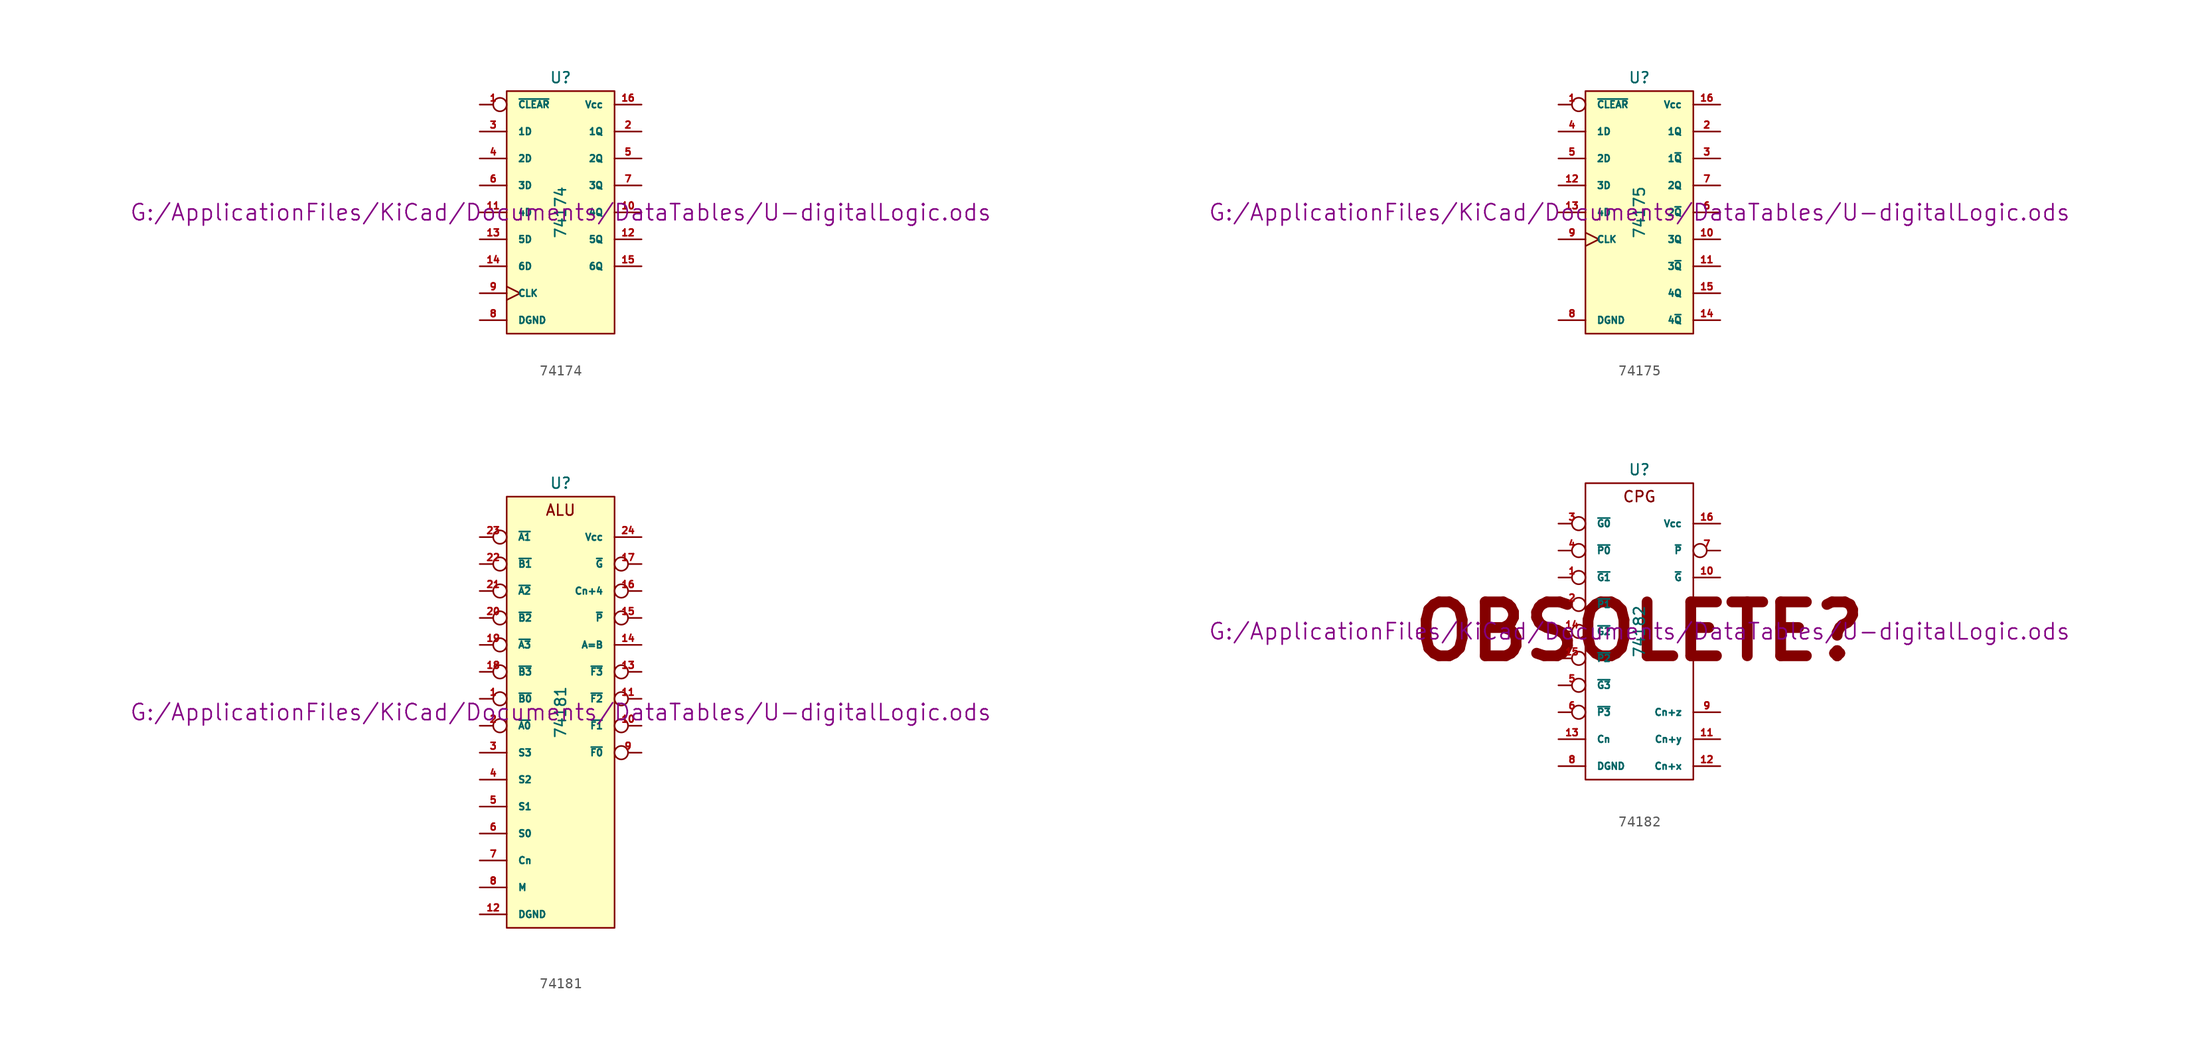
<source format=kicad_sym>
(kicad_symbol_lib
  (version 20211014)
  (generator kicad_symbol_editor)
  (symbol "74174"
    (pin_names
      (offset 1.016))
    (property "Reference" "U"
      (at 0 12.7 0)
      (effects (font (size 1.016 1.016))))
    (property "Value" "74174"
      (at 0 0 90)
      (effects (font (size 1.016 1.016))))
    (property "Footprint" ""
      (at 0 0 0)
      (effects (font (size 1.524 1.524))))
    (property "Datasheet" "G:/ApplicationFiles/KiCad/Documents/DataTables/U-digitalLogic.ods"
      (at 0 0 0)
      (effects (font (size 1.524 1.524))))
    (symbol "74174_0_1"
      (rectangle (start -5.08 11.43) (end 5.08 -11.43) (stroke (width 0) (type default) (color 0 0 0 0)) (fill (type background))))
    (symbol "74174_1_1"
      (pin input inverted (at -7.62 10.16 0) (length 2.54) (name "~{CLEAR}" (effects (font (size 0.635 0.635)))) (number "1" (effects (font (size 0.635 0.635)))))
      (pin output line (at 7.62 0 180) (length 2.54) (name "4Q" (effects (font (size 0.635 0.635)))) (number "10" (effects (font (size 0.635 0.635)))))
      (pin input line (at -7.62 0 0) (length 2.54) (name "4D" (effects (font (size 0.635 0.635)))) (number "11" (effects (font (size 0.635 0.635)))))
      (pin output line (at 7.62 -2.54 180) (length 2.54) (name "5Q" (effects (font (size 0.635 0.635)))) (number "12" (effects (font (size 0.635 0.635)))))
      (pin input line (at -7.62 -2.54 0) (length 2.54) (name "5D" (effects (font (size 0.635 0.635)))) (number "13" (effects (font (size 0.635 0.635)))))
      (pin input line (at -7.62 -5.08 0) (length 2.54) (name "6D" (effects (font (size 0.635 0.635)))) (number "14" (effects (font (size 0.635 0.635)))))
      (pin output line (at 7.62 -5.08 180) (length 2.54) (name "6Q" (effects (font (size 0.635 0.635)))) (number "15" (effects (font (size 0.635 0.635)))))
      (pin power_in line (at 7.62 10.16 180) (length 2.54) (name "Vcc" (effects (font (size 0.635 0.635)))) (number "16" (effects (font (size 0.635 0.635)))))
      (pin output line (at 7.62 7.62 180) (length 2.54) (name "1Q" (effects (font (size 0.635 0.635)))) (number "2" (effects (font (size 0.635 0.635)))))
      (pin input line (at -7.62 7.62 0) (length 2.54) (name "1D" (effects (font (size 0.635 0.635)))) (number "3" (effects (font (size 0.635 0.635)))))
      (pin input line (at -7.62 5.08 0) (length 2.54) (name "2D" (effects (font (size 0.635 0.635)))) (number "4" (effects (font (size 0.635 0.635)))))
      (pin output line (at 7.62 5.08 180) (length 2.54) (name "2Q" (effects (font (size 0.635 0.635)))) (number "5" (effects (font (size 0.635 0.635)))))
      (pin input line (at -7.62 2.54 0) (length 2.54) (name "3D" (effects (font (size 0.635 0.635)))) (number "6" (effects (font (size 0.635 0.635)))))
      (pin output line (at 7.62 2.54 180) (length 2.54) (name "3Q" (effects (font (size 0.635 0.635)))) (number "7" (effects (font (size 0.635 0.635)))))
      (pin power_in line (at -7.62 -10.16 0) (length 2.54) (name "DGND" (effects (font (size 0.635 0.635)))) (number "8" (effects (font (size 0.635 0.635)))))
      (pin input clock (at -7.62 -7.62 0) (length 2.54) (name "CLK" (effects (font (size 0.635 0.635)))) (number "9" (effects (font (size 0.635 0.635)))))))
  (symbol "74175"
    (pin_names
      (offset 1.016))
    (property "Reference" "U"
      (at 0 12.7 0)
      (effects (font (size 1.016 1.016))))
    (property "Value" "74175"
      (at 0 0 90)
      (effects (font (size 1.016 1.016))))
    (property "Footprint" ""
      (at 0 0 0)
      (effects (font (size 1.524 1.524))))
    (property "Datasheet" "G:/ApplicationFiles/KiCad/Documents/DataTables/U-digitalLogic.ods"
      (at 0 0 0)
      (effects (font (size 1.524 1.524))))
    (symbol "74175_0_1"
      (rectangle (start -5.08 11.43) (end 5.08 -11.43) (stroke (width 0) (type default) (color 0 0 0 0)) (fill (type background))))
    (symbol "74175_1_1"
      (pin input inverted (at -7.62 10.16 0) (length 2.54) (name "~{CLEAR}" (effects (font (size 0.635 0.635)))) (number "1" (effects (font (size 0.635 0.635)))))
      (pin output line (at 7.62 -2.54 180) (length 2.54) (name "3Q" (effects (font (size 0.635 0.635)))) (number "10" (effects (font (size 0.635 0.635)))))
      (pin output line (at 7.62 -5.08 180) (length 2.54) (name "3~{Q}" (effects (font (size 0.635 0.635)))) (number "11" (effects (font (size 0.635 0.635)))))
      (pin input line (at -7.62 2.54 0) (length 2.54) (name "3D" (effects (font (size 0.635 0.635)))) (number "12" (effects (font (size 0.635 0.635)))))
      (pin input line (at -7.62 0 0) (length 2.54) (name "4D" (effects (font (size 0.635 0.635)))) (number "13" (effects (font (size 0.635 0.635)))))
      (pin output line (at 7.62 -10.16 180) (length 2.54) (name "4~{Q}" (effects (font (size 0.635 0.635)))) (number "14" (effects (font (size 0.635 0.635)))))
      (pin output line (at 7.62 -7.62 180) (length 2.54) (name "4Q" (effects (font (size 0.635 0.635)))) (number "15" (effects (font (size 0.635 0.635)))))
      (pin power_in line (at 7.62 10.16 180) (length 2.54) (name "Vcc" (effects (font (size 0.635 0.635)))) (number "16" (effects (font (size 0.635 0.635)))))
      (pin output line (at 7.62 7.62 180) (length 2.54) (name "1Q" (effects (font (size 0.635 0.635)))) (number "2" (effects (font (size 0.635 0.635)))))
      (pin output line (at 7.62 5.08 180) (length 2.54) (name "1~{Q}" (effects (font (size 0.635 0.635)))) (number "3" (effects (font (size 0.635 0.635)))))
      (pin input line (at -7.62 7.62 0) (length 2.54) (name "1D" (effects (font (size 0.635 0.635)))) (number "4" (effects (font (size 0.635 0.635)))))
      (pin input line (at -7.62 5.08 0) (length 2.54) (name "2D" (effects (font (size 0.635 0.635)))) (number "5" (effects (font (size 0.635 0.635)))))
      (pin output line (at 7.62 0 180) (length 2.54) (name "2~{Q}" (effects (font (size 0.635 0.635)))) (number "6" (effects (font (size 0.635 0.635)))))
      (pin output line (at 7.62 2.54 180) (length 2.54) (name "2Q" (effects (font (size 0.635 0.635)))) (number "7" (effects (font (size 0.635 0.635)))))
      (pin power_in line (at -7.62 -10.16 0) (length 2.54) (name "DGND" (effects (font (size 0.635 0.635)))) (number "8" (effects (font (size 0.635 0.635)))))
      (pin input clock (at -7.62 -2.54 0) (length 2.54) (name "CLK" (effects (font (size 0.635 0.635)))) (number "9" (effects (font (size 0.635 0.635)))))))
  (symbol "74181"
    (pin_names
      (offset 1.016))
    (property "Reference" "U"
      (at 0 21.59 0)
      (effects (font (size 1.016 1.016))))
    (property "Value" "74181"
      (at 0 0 90)
      (effects (font (size 1.016 1.016))))
    (property "Footprint" ""
      (at 0 0 0)
      (effects (font (size 1.524 1.524))))
    (property "Datasheet" "G:/ApplicationFiles/KiCad/Documents/DataTables/U-digitalLogic.ods"
      (at 0 0 0)
      (effects (font (size 1.524 1.524))))
    (symbol "74181_0_0"
      (text "ALU" (at 0 19.05 0) (effects (font (size 1.016 1.016)))))
    (symbol "74181_0_1"
      (rectangle (start -5.08 20.32) (end 5.08 -20.32) (stroke (width 0) (type default) (color 0 0 0 0)) (fill (type background))))
    (symbol "74181_1_1"
      (pin input inverted (at -7.62 1.27 0) (length 2.54) (name "~{B0}" (effects (font (size 0.635 0.635)))) (number "1" (effects (font (size 0.635 0.635)))))
      (pin output inverted (at 7.62 -1.27 180) (length 2.54) (name "~{F1}" (effects (font (size 0.635 0.635)))) (number "10" (effects (font (size 0.635 0.635)))))
      (pin output inverted (at 7.62 1.27 180) (length 2.54) (name "~{F2}" (effects (font (size 0.635 0.635)))) (number "11" (effects (font (size 0.635 0.635)))))
      (pin power_in line (at -7.62 -19.05 0) (length 2.54) (name "DGND" (effects (font (size 0.635 0.635)))) (number "12" (effects (font (size 0.635 0.635)))))
      (pin output inverted (at 7.62 3.81 180) (length 2.54) (name "~{F3}" (effects (font (size 0.635 0.635)))) (number "13" (effects (font (size 0.635 0.635)))))
      (pin output line (at 7.62 6.35 180) (length 2.54) (name "A=B" (effects (font (size 0.635 0.635)))) (number "14" (effects (font (size 0.635 0.635)))))
      (pin output inverted (at 7.62 8.89 180) (length 2.54) (name "~{P}" (effects (font (size 0.635 0.635)))) (number "15" (effects (font (size 0.635 0.635)))))
      (pin output inverted (at 7.62 11.43 180) (length 2.54) (name "Cn+4" (effects (font (size 0.635 0.635)))) (number "16" (effects (font (size 0.635 0.635)))))
      (pin output inverted (at 7.62 13.97 180) (length 2.54) (name "~{G}" (effects (font (size 0.635 0.635)))) (number "17" (effects (font (size 0.635 0.635)))))
      (pin input inverted (at -7.62 3.81 0) (length 2.54) (name "~{B3}" (effects (font (size 0.635 0.635)))) (number "18" (effects (font (size 0.635 0.635)))))
      (pin input inverted (at -7.62 6.35 0) (length 2.54) (name "~{A3}" (effects (font (size 0.635 0.635)))) (number "19" (effects (font (size 0.635 0.635)))))
      (pin input inverted (at -7.62 -1.27 0) (length 2.54) (name "~{A0}" (effects (font (size 0.635 0.635)))) (number "2" (effects (font (size 0.635 0.635)))))
      (pin input inverted (at -7.62 8.89 0) (length 2.54) (name "~{B2}" (effects (font (size 0.635 0.635)))) (number "20" (effects (font (size 0.635 0.635)))))
      (pin input inverted (at -7.62 11.43 0) (length 2.54) (name "~{A2}" (effects (font (size 0.635 0.635)))) (number "21" (effects (font (size 0.635 0.635)))))
      (pin input inverted (at -7.62 13.97 0) (length 2.54) (name "~{B1}" (effects (font (size 0.635 0.635)))) (number "22" (effects (font (size 0.635 0.635)))))
      (pin input inverted (at -7.62 16.51 0) (length 2.54) (name "~{A1}" (effects (font (size 0.635 0.635)))) (number "23" (effects (font (size 0.635 0.635)))))
      (pin power_in line (at 7.62 16.51 180) (length 2.54) (name "Vcc" (effects (font (size 0.635 0.635)))) (number "24" (effects (font (size 0.635 0.635)))))
      (pin input line (at -7.62 -3.81 0) (length 2.54) (name "S3" (effects (font (size 0.635 0.635)))) (number "3" (effects (font (size 0.635 0.635)))))
      (pin input line (at -7.62 -6.35 0) (length 2.54) (name "S2" (effects (font (size 0.635 0.635)))) (number "4" (effects (font (size 0.635 0.635)))))
      (pin input line (at -7.62 -8.89 0) (length 2.54) (name "S1" (effects (font (size 0.635 0.635)))) (number "5" (effects (font (size 0.635 0.635)))))
      (pin input line (at -7.62 -11.43 0) (length 2.54) (name "S0" (effects (font (size 0.635 0.635)))) (number "6" (effects (font (size 0.635 0.635)))))
      (pin input line (at -7.62 -13.97 0) (length 2.54) (name "Cn" (effects (font (size 0.635 0.635)))) (number "7" (effects (font (size 0.635 0.635)))))
      (pin input line (at -7.62 -16.51 0) (length 2.54) (name "M" (effects (font (size 0.635 0.635)))) (number "8" (effects (font (size 0.635 0.635)))))
      (pin output inverted (at 7.62 -3.81 180) (length 2.54) (name "~{F0}" (effects (font (size 0.635 0.635)))) (number "9" (effects (font (size 0.635 0.635)))))))
  (symbol "74182"
    (pin_names
      (offset 1.016))
    (property "Reference" "U"
      (at 0 15.24 0)
      (effects (font (size 1.016 1.016))))
    (property "Value" "74182"
      (at 0 0 90)
      (effects (font (size 1.016 1.016))))
    (property "Footprint" ""
      (at 0 0 0)
      (effects (font (size 1.524 1.524))))
    (property "Datasheet" "G:/ApplicationFiles/KiCad/Documents/DataTables/U-digitalLogic.ods"
      (at 0 0 0)
      (effects (font (size 1.524 1.524))))
    (symbol "74182_0_0"
      (text "CPG" (at 0 12.7 0) (effects (font (size 1.016 1.016))))
      (text "OBSOLETE?" (at 0 0 0) (effects (font (size 5.08 5.08) bold))))
    (symbol "74182_0_1"
      (rectangle (start -5.08 13.97) (end 5.08 -13.97) (stroke (width 0) (type default) (color 0 0 0 0)) (fill (type none))))
    (symbol "74182_1_1"
      (pin input inverted (at -7.62 5.08 0) (length 2.54) (name "~{G1}" (effects (font (size 0.635 0.635)))) (number "1" (effects (font (size 0.635 0.635)))))
      (pin output line (at 7.62 5.08 180) (length 2.54) (name "~{G}" (effects (font (size 0.635 0.635)))) (number "10" (effects (font (size 0.635 0.635)))))
      (pin output line (at 7.62 -10.16 180) (length 2.54) (name "Cn+y" (effects (font (size 0.635 0.635)))) (number "11" (effects (font (size 0.635 0.635)))))
      (pin output line (at 7.62 -12.7 180) (length 2.54) (name "Cn+x" (effects (font (size 0.635 0.635)))) (number "12" (effects (font (size 0.635 0.635)))))
      (pin input line (at -7.62 -10.16 0) (length 2.54) (name "Cn" (effects (font (size 0.635 0.635)))) (number "13" (effects (font (size 0.635 0.635)))))
      (pin input inverted (at -7.62 0 0) (length 2.54) (name "~{G2}" (effects (font (size 0.635 0.635)))) (number "14" (effects (font (size 0.635 0.635)))))
      (pin input inverted (at -7.62 -2.54 0) (length 2.54) (name "~{P2}" (effects (font (size 0.635 0.635)))) (number "15" (effects (font (size 0.635 0.635)))))
      (pin power_in line (at 7.62 10.16 180) (length 2.54) (name "Vcc" (effects (font (size 0.635 0.635)))) (number "16" (effects (font (size 0.635 0.635)))))
      (pin input inverted (at -7.62 2.54 0) (length 2.54) (name "~{P1}" (effects (font (size 0.635 0.635)))) (number "2" (effects (font (size 0.635 0.635)))))
      (pin input inverted (at -7.62 10.16 0) (length 2.54) (name "~{G0}" (effects (font (size 0.635 0.635)))) (number "3" (effects (font (size 0.635 0.635)))))
      (pin input inverted (at -7.62 7.62 0) (length 2.54) (name "~{P0}" (effects (font (size 0.635 0.635)))) (number "4" (effects (font (size 0.635 0.635)))))
      (pin input inverted (at -7.62 -5.08 0) (length 2.54) (name "~{G3}" (effects (font (size 0.635 0.635)))) (number "5" (effects (font (size 0.635 0.635)))))
      (pin input inverted (at -7.62 -7.62 0) (length 2.54) (name "~{P3}" (effects (font (size 0.635 0.635)))) (number "6" (effects (font (size 0.635 0.635)))))
      (pin output inverted (at 7.62 7.62 180) (length 2.54) (name "~{P}" (effects (font (size 0.635 0.635)))) (number "7" (effects (font (size 0.635 0.635)))))
      (pin power_in line (at -7.62 -12.7 0) (length 2.54) (name "DGND" (effects (font (size 0.635 0.635)))) (number "8" (effects (font (size 0.635 0.635)))))
      (pin output line (at 7.62 -7.62 180) (length 2.54) (name "Cn+z" (effects (font (size 0.635 0.635)))) (number "9" (effects (font (size 0.635 0.635))))))))
</source>
